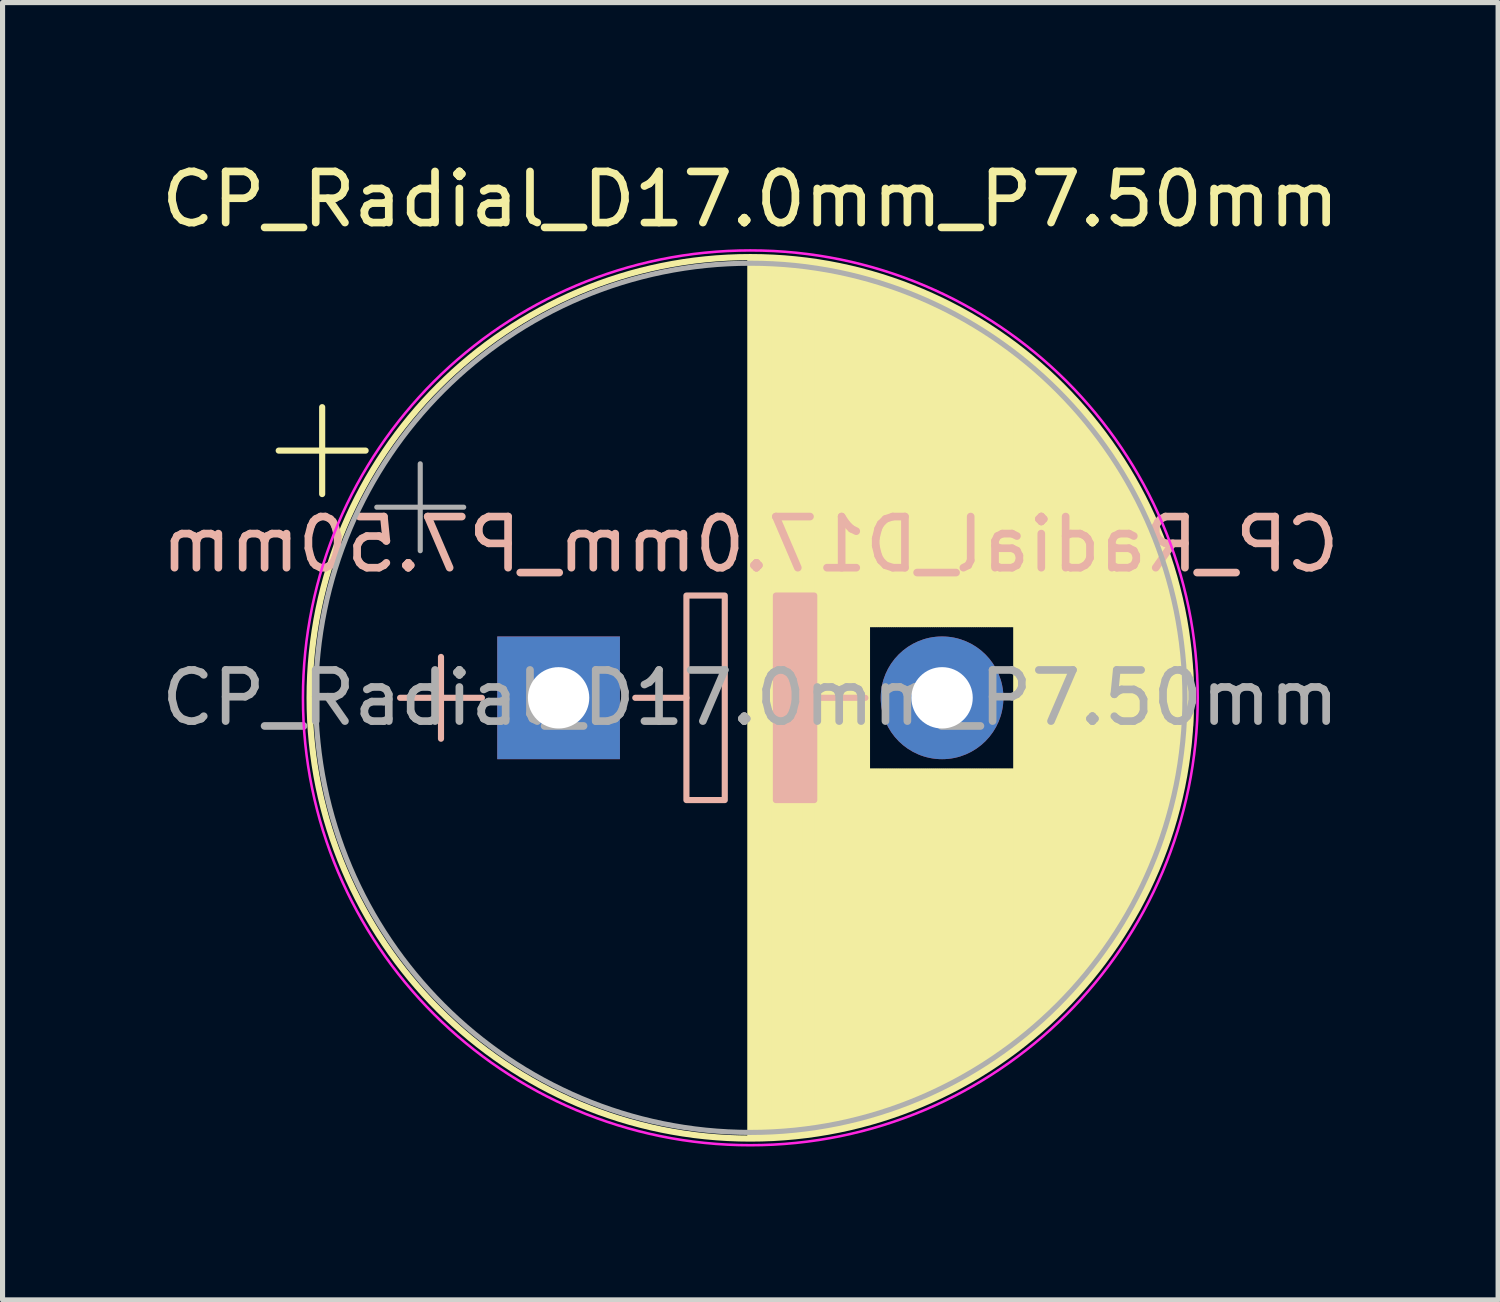
<source format=kicad_pcb>
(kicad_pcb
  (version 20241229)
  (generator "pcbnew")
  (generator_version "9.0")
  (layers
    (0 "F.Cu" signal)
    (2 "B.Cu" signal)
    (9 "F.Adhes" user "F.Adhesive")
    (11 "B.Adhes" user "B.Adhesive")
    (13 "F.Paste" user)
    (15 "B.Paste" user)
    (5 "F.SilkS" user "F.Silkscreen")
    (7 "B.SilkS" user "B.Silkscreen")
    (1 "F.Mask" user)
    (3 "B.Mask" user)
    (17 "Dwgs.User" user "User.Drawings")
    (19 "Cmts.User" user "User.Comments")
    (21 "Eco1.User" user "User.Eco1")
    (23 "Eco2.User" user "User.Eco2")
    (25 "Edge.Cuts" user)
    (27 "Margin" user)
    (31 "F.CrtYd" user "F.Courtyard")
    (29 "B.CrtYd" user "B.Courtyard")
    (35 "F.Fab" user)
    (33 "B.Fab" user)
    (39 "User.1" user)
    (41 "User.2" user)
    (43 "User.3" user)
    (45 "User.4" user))
  (footprint "CP_Radial_D17.0mm_P7.50mm"
    (layer "F.Cu")
    (at 7.875 10.598)
    (property "Reference" "CP_Radial_D17.0mm_P7.50mm" (at 3.75 -9.75 0) (layer "F.SilkS") (effects (font (size 1 1) (thickness 0.15))))
    (fp_line (start -5.474 -4.835) (end -3.774 -4.835) (stroke (width 0.12) (type solid)) (layer "F.SilkS"))
    (fp_line (start -4.624 -5.685) (end -4.624 -3.985) (stroke (width 0.12) (type solid)) (layer "F.SilkS"))
    (fp_line (start 3.75 -8.581) (end 3.75 8.581) (stroke (width 0.12) (type solid)) (layer "F.SilkS"))
    (fp_line (start 3.79 -8.58) (end 3.79 8.58) (stroke (width 0.12) (type solid)) (layer "F.SilkS"))
    (fp_line (start 3.83 -8.58) (end 3.83 8.58) (stroke (width 0.12) (type solid)) (layer "F.SilkS"))
    (fp_line (start 3.87 -8.58) (end 3.87 8.58) (stroke (width 0.12) (type solid)) (layer "F.SilkS"))
    (fp_line (start 3.91 -8.579) (end 3.91 8.579) (stroke (width 0.12) (type solid)) (layer "F.SilkS"))
    (fp_line (start 3.95 -8.578) (end 3.95 8.578) (stroke (width 0.12) (type solid)) (layer "F.SilkS"))
    (fp_line (start 3.99 -8.577) (end 3.99 8.577) (stroke (width 0.12) (type solid)) (layer "F.SilkS"))
    (fp_line (start 4.03 -8.576) (end 4.03 8.576) (stroke (width 0.12) (type solid)) (layer "F.SilkS"))
    (fp_line (start 4.07 -8.575) (end 4.07 8.575) (stroke (width 0.12) (type solid)) (layer "F.SilkS"))
    (fp_line (start 4.11 -8.573) (end 4.11 8.573) (stroke (width 0.12) (type solid)) (layer "F.SilkS"))
    (fp_line (start 4.15 -8.571) (end 4.15 8.571) (stroke (width 0.12) (type solid)) (layer "F.SilkS"))
    (fp_line (start 4.19 -8.569) (end 4.19 8.569) (stroke (width 0.12) (type solid)) (layer "F.SilkS"))
    (fp_line (start 4.23 -8.567) (end 4.23 8.567) (stroke (width 0.12) (type solid)) (layer "F.SilkS"))
    (fp_line (start 4.27 -8.565) (end 4.27 8.565) (stroke (width 0.12) (type solid)) (layer "F.SilkS"))
    (fp_line (start 4.31 -8.562) (end 4.31 8.562) (stroke (width 0.12) (type solid)) (layer "F.SilkS"))
    (fp_line (start 4.35 -8.56) (end 4.35 8.56) (stroke (width 0.12) (type solid)) (layer "F.SilkS"))
    (fp_line (start 4.39 -8.557) (end 4.39 8.557) (stroke (width 0.12) (type solid)) (layer "F.SilkS"))
    (fp_line (start 4.43 -8.554) (end 4.43 8.554) (stroke (width 0.12) (type solid)) (layer "F.SilkS"))
    (fp_line (start 4.471 -8.55) (end 4.471 8.55) (stroke (width 0.12) (type solid)) (layer "F.SilkS"))
    (fp_line (start 4.511 -8.547) (end 4.511 8.547) (stroke (width 0.12) (type solid)) (layer "F.SilkS"))
    (fp_line (start 4.551 -8.543) (end 4.551 8.543) (stroke (width 0.12) (type solid)) (layer "F.SilkS"))
    (fp_line (start 4.591 -8.539) (end 4.591 8.539) (stroke (width 0.12) (type solid)) (layer "F.SilkS"))
    (fp_line (start 4.631 -8.535) (end 4.631 8.535) (stroke (width 0.12) (type solid)) (layer "F.SilkS"))
    (fp_line (start 4.671 -8.531) (end 4.671 8.531) (stroke (width 0.12) (type solid)) (layer "F.SilkS"))
    (fp_line (start 4.711 -8.527) (end 4.711 8.527) (stroke (width 0.12) (type solid)) (layer "F.SilkS"))
    (fp_line (start 4.751 -8.522) (end 4.751 8.522) (stroke (width 0.12) (type solid)) (layer "F.SilkS"))
    (fp_line (start 4.791 -8.518) (end 4.791 8.518) (stroke (width 0.12) (type solid)) (layer "F.SilkS"))
    (fp_line (start 4.831 -8.513) (end 4.831 8.513) (stroke (width 0.12) (type solid)) (layer "F.SilkS"))
    (fp_line (start 4.871 -8.507) (end 4.871 8.507) (stroke (width 0.12) (type solid)) (layer "F.SilkS"))
    (fp_line (start 4.911 -8.502) (end 4.911 8.502) (stroke (width 0.12) (type solid)) (layer "F.SilkS"))
    (fp_line (start 4.951 -8.497) (end 4.951 8.497) (stroke (width 0.12) (type solid)) (layer "F.SilkS"))
    (fp_line (start 4.991 -8.491) (end 4.991 8.491) (stroke (width 0.12) (type solid)) (layer "F.SilkS"))
    (fp_line (start 5.031 -8.485) (end 5.031 8.485) (stroke (width 0.12) (type solid)) (layer "F.SilkS"))
    (fp_line (start 5.071 -8.479) (end 5.071 8.479) (stroke (width 0.12) (type solid)) (layer "F.SilkS"))
    (fp_line (start 5.111 -8.473) (end 5.111 8.473) (stroke (width 0.12) (type solid)) (layer "F.SilkS"))
    (fp_line (start 5.151 -8.466) (end 5.151 8.466) (stroke (width 0.12) (type solid)) (layer "F.SilkS"))
    (fp_line (start 5.191 -8.459) (end 5.191 8.459) (stroke (width 0.12) (type solid)) (layer "F.SilkS"))
    (fp_line (start 5.231 -8.452) (end 5.231 8.452) (stroke (width 0.12) (type solid)) (layer "F.SilkS"))
    (fp_line (start 5.271 -8.445) (end 5.271 8.445) (stroke (width 0.12) (type solid)) (layer "F.SilkS"))
    (fp_line (start 5.311 -8.438) (end 5.311 8.438) (stroke (width 0.12) (type solid)) (layer "F.SilkS"))
    (fp_line (start 5.351 -8.431) (end 5.351 8.431) (stroke (width 0.12) (type solid)) (layer "F.SilkS"))
    (fp_line (start 5.391 -8.423) (end 5.391 8.423) (stroke (width 0.12) (type solid)) (layer "F.SilkS"))
    (fp_line (start 5.431 -8.415) (end 5.431 8.415) (stroke (width 0.12) (type solid)) (layer "F.SilkS"))
    (fp_line (start 5.471 -8.407) (end 5.471 8.407) (stroke (width 0.12) (type solid)) (layer "F.SilkS"))
    (fp_line (start 5.511 -8.399) (end 5.511 8.399) (stroke (width 0.12) (type solid)) (layer "F.SilkS"))
    (fp_line (start 5.551 -8.39) (end 5.551 8.39) (stroke (width 0.12) (type solid)) (layer "F.SilkS"))
    (fp_line (start 5.591 -8.382) (end 5.591 8.382) (stroke (width 0.12) (type solid)) (layer "F.SilkS"))
    (fp_line (start 5.631 -8.373) (end 5.631 8.373) (stroke (width 0.12) (type solid)) (layer "F.SilkS"))
    (fp_line (start 5.671 -8.364) (end 5.671 8.364) (stroke (width 0.12) (type solid)) (layer "F.SilkS"))
    (fp_line (start 5.711 -8.355) (end 5.711 8.355) (stroke (width 0.12) (type solid)) (layer "F.SilkS"))
    (fp_line (start 5.751 -8.345) (end 5.751 8.345) (stroke (width 0.12) (type solid)) (layer "F.SilkS"))
    (fp_line (start 5.791 -8.336) (end 5.791 8.336) (stroke (width 0.12) (type solid)) (layer "F.SilkS"))
    (fp_line (start 5.831 -8.326) (end 5.831 8.326) (stroke (width 0.12) (type solid)) (layer "F.SilkS"))
    (fp_line (start 5.871 -8.316) (end 5.871 8.316) (stroke (width 0.12) (type solid)) (layer "F.SilkS"))
    (fp_line (start 5.911 -8.305) (end 5.911 8.305) (stroke (width 0.12) (type solid)) (layer "F.SilkS"))
    (fp_line (start 5.951 -8.295) (end 5.951 8.295) (stroke (width 0.12) (type solid)) (layer "F.SilkS"))
    (fp_line (start 5.991 -8.284) (end 5.991 8.284) (stroke (width 0.12) (type solid)) (layer "F.SilkS"))
    (fp_line (start 6.031 -8.274) (end 6.031 8.274) (stroke (width 0.12) (type solid)) (layer "F.SilkS"))
    (fp_line (start 6.071 -8.262) (end 6.071 -1.44) (stroke (width 0.12) (type solid)) (layer "F.SilkS"))
    (fp_line (start 6.071 1.44) (end 6.071 8.262) (stroke (width 0.12) (type solid)) (layer "F.SilkS"))
    (fp_line (start 6.111 -8.251) (end 6.111 -1.44) (stroke (width 0.12) (type solid)) (layer "F.SilkS"))
    (fp_line (start 6.111 1.44) (end 6.111 8.251) (stroke (width 0.12) (type solid)) (layer "F.SilkS"))
    (fp_line (start 6.151 -8.24) (end 6.151 -1.44) (stroke (width 0.12) (type solid)) (layer "F.SilkS"))
    (fp_line (start 6.151 1.44) (end 6.151 8.24) (stroke (width 0.12) (type solid)) (layer "F.SilkS"))
    (fp_line (start 6.191 -8.228) (end 6.191 -1.44) (stroke (width 0.12) (type solid)) (layer "F.SilkS"))
    (fp_line (start 6.191 1.44) (end 6.191 8.228) (stroke (width 0.12) (type solid)) (layer "F.SilkS"))
    (fp_line (start 6.231 -8.216) (end 6.231 -1.44) (stroke (width 0.12) (type solid)) (layer "F.SilkS"))
    (fp_line (start 6.231 1.44) (end 6.231 8.216) (stroke (width 0.12) (type solid)) (layer "F.SilkS"))
    (fp_line (start 6.271 -8.204) (end 6.271 -1.44) (stroke (width 0.12) (type solid)) (layer "F.SilkS"))
    (fp_line (start 6.271 1.44) (end 6.271 8.204) (stroke (width 0.12) (type solid)) (layer "F.SilkS"))
    (fp_line (start 6.311 -8.192) (end 6.311 -1.44) (stroke (width 0.12) (type solid)) (layer "F.SilkS"))
    (fp_line (start 6.311 1.44) (end 6.311 8.192) (stroke (width 0.12) (type solid)) (layer "F.SilkS"))
    (fp_line (start 6.351 -8.179) (end 6.351 -1.44) (stroke (width 0.12) (type solid)) (layer "F.SilkS"))
    (fp_line (start 6.351 1.44) (end 6.351 8.179) (stroke (width 0.12) (type solid)) (layer "F.SilkS"))
    (fp_line (start 6.391 -8.166) (end 6.391 -1.44) (stroke (width 0.12) (type solid)) (layer "F.SilkS"))
    (fp_line (start 6.391 1.44) (end 6.391 8.166) (stroke (width 0.12) (type solid)) (layer "F.SilkS"))
    (fp_line (start 6.431 -8.153) (end 6.431 -1.44) (stroke (width 0.12) (type solid)) (layer "F.SilkS"))
    (fp_line (start 6.431 1.44) (end 6.431 8.153) (stroke (width 0.12) (type solid)) (layer "F.SilkS"))
    (fp_line (start 6.471 -8.14) (end 6.471 -1.44) (stroke (width 0.12) (type solid)) (layer "F.SilkS"))
    (fp_line (start 6.471 1.44) (end 6.471 8.14) (stroke (width 0.12) (type solid)) (layer "F.SilkS"))
    (fp_line (start 6.511 -8.127) (end 6.511 -1.44) (stroke (width 0.12) (type solid)) (layer "F.SilkS"))
    (fp_line (start 6.511 1.44) (end 6.511 8.127) (stroke (width 0.12) (type solid)) (layer "F.SilkS"))
    (fp_line (start 6.551 -8.113) (end 6.551 -1.44) (stroke (width 0.12) (type solid)) (layer "F.SilkS"))
    (fp_line (start 6.551 1.44) (end 6.551 8.113) (stroke (width 0.12) (type solid)) (layer "F.SilkS"))
    (fp_line (start 6.591 -8.099) (end 6.591 -1.44) (stroke (width 0.12) (type solid)) (layer "F.SilkS"))
    (fp_line (start 6.591 1.44) (end 6.591 8.099) (stroke (width 0.12) (type solid)) (layer "F.SilkS"))
    (fp_line (start 6.631 -8.085) (end 6.631 -1.44) (stroke (width 0.12) (type solid)) (layer "F.SilkS"))
    (fp_line (start 6.631 1.44) (end 6.631 8.085) (stroke (width 0.12) (type solid)) (layer "F.SilkS"))
    (fp_line (start 6.671 -8.071) (end 6.671 -1.44) (stroke (width 0.12) (type solid)) (layer "F.SilkS"))
    (fp_line (start 6.671 1.44) (end 6.671 8.071) (stroke (width 0.12) (type solid)) (layer "F.SilkS"))
    (fp_line (start 6.711 -8.056) (end 6.711 -1.44) (stroke (width 0.12) (type solid)) (layer "F.SilkS"))
    (fp_line (start 6.711 1.44) (end 6.711 8.056) (stroke (width 0.12) (type solid)) (layer "F.SilkS"))
    (fp_line (start 6.751 -8.042) (end 6.751 -1.44) (stroke (width 0.12) (type solid)) (layer "F.SilkS"))
    (fp_line (start 6.751 1.44) (end 6.751 8.042) (stroke (width 0.12) (type solid)) (layer "F.SilkS"))
    (fp_line (start 6.791 -8.027) (end 6.791 -1.44) (stroke (width 0.12) (type solid)) (layer "F.SilkS"))
    (fp_line (start 6.791 1.44) (end 6.791 8.027) (stroke (width 0.12) (type solid)) (layer "F.SilkS"))
    (fp_line (start 6.831 -8.011) (end 6.831 -1.44) (stroke (width 0.12) (type solid)) (layer "F.SilkS"))
    (fp_line (start 6.831 1.44) (end 6.831 8.011) (stroke (width 0.12) (type solid)) (layer "F.SilkS"))
    (fp_line (start 6.871 -7.996) (end 6.871 -1.44) (stroke (width 0.12) (type solid)) (layer "F.SilkS"))
    (fp_line (start 6.871 1.44) (end 6.871 7.996) (stroke (width 0.12) (type solid)) (layer "F.SilkS"))
    (fp_line (start 6.911 -7.98) (end 6.911 -1.44) (stroke (width 0.12) (type solid)) (layer "F.SilkS"))
    (fp_line (start 6.911 1.44) (end 6.911 7.98) (stroke (width 0.12) (type solid)) (layer "F.SilkS"))
    (fp_line (start 6.951 -7.965) (end 6.951 -1.44) (stroke (width 0.12) (type solid)) (layer "F.SilkS"))
    (fp_line (start 6.951 1.44) (end 6.951 7.965) (stroke (width 0.12) (type solid)) (layer "F.SilkS"))
    (fp_line (start 6.991 -7.948) (end 6.991 -1.44) (stroke (width 0.12) (type solid)) (layer "F.SilkS"))
    (fp_line (start 6.991 1.44) (end 6.991 7.948) (stroke (width 0.12) (type solid)) (layer "F.SilkS"))
    (fp_line (start 7.031 -7.932) (end 7.031 -1.44) (stroke (width 0.12) (type solid)) (layer "F.SilkS"))
    (fp_line (start 7.031 1.44) (end 7.031 7.932) (stroke (width 0.12) (type solid)) (layer "F.SilkS"))
    (fp_line (start 7.071 -7.915) (end 7.071 -1.44) (stroke (width 0.12) (type solid)) (layer "F.SilkS"))
    (fp_line (start 7.071 1.44) (end 7.071 7.915) (stroke (width 0.12) (type solid)) (layer "F.SilkS"))
    (fp_line (start 7.111 -7.899) (end 7.111 -1.44) (stroke (width 0.12) (type solid)) (layer "F.SilkS"))
    (fp_line (start 7.111 1.44) (end 7.111 7.899) (stroke (width 0.12) (type solid)) (layer "F.SilkS"))
    (fp_line (start 7.151 -7.882) (end 7.151 -1.44) (stroke (width 0.12) (type solid)) (layer "F.SilkS"))
    (fp_line (start 7.151 1.44) (end 7.151 7.882) (stroke (width 0.12) (type solid)) (layer "F.SilkS"))
    (fp_line (start 7.191 -7.864) (end 7.191 -1.44) (stroke (width 0.12) (type solid)) (layer "F.SilkS"))
    (fp_line (start 7.191 1.44) (end 7.191 7.864) (stroke (width 0.12) (type solid)) (layer "F.SilkS"))
    (fp_line (start 7.231 -7.847) (end 7.231 -1.44) (stroke (width 0.12) (type solid)) (layer "F.SilkS"))
    (fp_line (start 7.231 1.44) (end 7.231 7.847) (stroke (width 0.12) (type solid)) (layer "F.SilkS"))
    (fp_line (start 7.271 -7.829) (end 7.271 -1.44) (stroke (width 0.12) (type solid)) (layer "F.SilkS"))
    (fp_line (start 7.271 1.44) (end 7.271 7.829) (stroke (width 0.12) (type solid)) (layer "F.SilkS"))
    (fp_line (start 7.311 -7.811) (end 7.311 -1.44) (stroke (width 0.12) (type solid)) (layer "F.SilkS"))
    (fp_line (start 7.311 1.44) (end 7.311 7.811) (stroke (width 0.12) (type solid)) (layer "F.SilkS"))
    (fp_line (start 7.351 -7.793) (end 7.351 -1.44) (stroke (width 0.12) (type solid)) (layer "F.SilkS"))
    (fp_line (start 7.351 1.44) (end 7.351 7.793) (stroke (width 0.12) (type solid)) (layer "F.SilkS"))
    (fp_line (start 7.391 -7.774) (end 7.391 -1.44) (stroke (width 0.12) (type solid)) (layer "F.SilkS"))
    (fp_line (start 7.391 1.44) (end 7.391 7.774) (stroke (width 0.12) (type solid)) (layer "F.SilkS"))
    (fp_line (start 7.431 -7.755) (end 7.431 -1.44) (stroke (width 0.12) (type solid)) (layer "F.SilkS"))
    (fp_line (start 7.431 1.44) (end 7.431 7.755) (stroke (width 0.12) (type solid)) (layer "F.SilkS"))
    (fp_line (start 7.471 -7.736) (end 7.471 -1.44) (stroke (width 0.12) (type solid)) (layer "F.SilkS"))
    (fp_line (start 7.471 1.44) (end 7.471 7.736) (stroke (width 0.12) (type solid)) (layer "F.SilkS"))
    (fp_line (start 7.511 -7.717) (end 7.511 -1.44) (stroke (width 0.12) (type solid)) (layer "F.SilkS"))
    (fp_line (start 7.511 1.44) (end 7.511 7.717) (stroke (width 0.12) (type solid)) (layer "F.SilkS"))
    (fp_line (start 7.551 -7.698) (end 7.551 -1.44) (stroke (width 0.12) (type solid)) (layer "F.SilkS"))
    (fp_line (start 7.551 1.44) (end 7.551 7.698) (stroke (width 0.12) (type solid)) (layer "F.SilkS"))
    (fp_line (start 7.591 -7.678) (end 7.591 -1.44) (stroke (width 0.12) (type solid)) (layer "F.SilkS"))
    (fp_line (start 7.591 1.44) (end 7.591 7.678) (stroke (width 0.12) (type solid)) (layer "F.SilkS"))
    (fp_line (start 7.631 -7.658) (end 7.631 -1.44) (stroke (width 0.12) (type solid)) (layer "F.SilkS"))
    (fp_line (start 7.631 1.44) (end 7.631 7.658) (stroke (width 0.12) (type solid)) (layer "F.SilkS"))
    (fp_line (start 7.671 -7.638) (end 7.671 -1.44) (stroke (width 0.12) (type solid)) (layer "F.SilkS"))
    (fp_line (start 7.671 1.44) (end 7.671 7.638) (stroke (width 0.12) (type solid)) (layer "F.SilkS"))
    (fp_line (start 7.711 -7.617) (end 7.711 -1.44) (stroke (width 0.12) (type solid)) (layer "F.SilkS"))
    (fp_line (start 7.711 1.44) (end 7.711 7.617) (stroke (width 0.12) (type solid)) (layer "F.SilkS"))
    (fp_line (start 7.751 -7.596) (end 7.751 -1.44) (stroke (width 0.12) (type solid)) (layer "F.SilkS"))
    (fp_line (start 7.751 1.44) (end 7.751 7.596) (stroke (width 0.12) (type solid)) (layer "F.SilkS"))
    (fp_line (start 7.791 -7.575) (end 7.791 -1.44) (stroke (width 0.12) (type solid)) (layer "F.SilkS"))
    (fp_line (start 7.791 1.44) (end 7.791 7.575) (stroke (width 0.12) (type solid)) (layer "F.SilkS"))
    (fp_line (start 7.831 -7.554) (end 7.831 -1.44) (stroke (width 0.12) (type solid)) (layer "F.SilkS"))
    (fp_line (start 7.831 1.44) (end 7.831 7.554) (stroke (width 0.12) (type solid)) (layer "F.SilkS"))
    (fp_line (start 7.871 -7.532) (end 7.871 -1.44) (stroke (width 0.12) (type solid)) (layer "F.SilkS"))
    (fp_line (start 7.871 1.44) (end 7.871 7.532) (stroke (width 0.12) (type solid)) (layer "F.SilkS"))
    (fp_line (start 7.911 -7.51) (end 7.911 -1.44) (stroke (width 0.12) (type solid)) (layer "F.SilkS"))
    (fp_line (start 7.911 1.44) (end 7.911 7.51) (stroke (width 0.12) (type solid)) (layer "F.SilkS"))
    (fp_line (start 7.951 -7.488) (end 7.951 -1.44) (stroke (width 0.12) (type solid)) (layer "F.SilkS"))
    (fp_line (start 7.951 1.44) (end 7.951 7.488) (stroke (width 0.12) (type solid)) (layer "F.SilkS"))
    (fp_line (start 7.991 -7.466) (end 7.991 -1.44) (stroke (width 0.12) (type solid)) (layer "F.SilkS"))
    (fp_line (start 7.991 1.44) (end 7.991 7.466) (stroke (width 0.12) (type solid)) (layer "F.SilkS"))
    (fp_line (start 8.031 -7.443) (end 8.031 -1.44) (stroke (width 0.12) (type solid)) (layer "F.SilkS"))
    (fp_line (start 8.031 1.44) (end 8.031 7.443) (stroke (width 0.12) (type solid)) (layer "F.SilkS"))
    (fp_line (start 8.071 -7.42) (end 8.071 -1.44) (stroke (width 0.12) (type solid)) (layer "F.SilkS"))
    (fp_line (start 8.071 1.44) (end 8.071 7.42) (stroke (width 0.12) (type solid)) (layer "F.SilkS"))
    (fp_line (start 8.111 -7.397) (end 8.111 -1.44) (stroke (width 0.12) (type solid)) (layer "F.SilkS"))
    (fp_line (start 8.111 1.44) (end 8.111 7.397) (stroke (width 0.12) (type solid)) (layer "F.SilkS"))
    (fp_line (start 8.151 -7.373) (end 8.151 -1.44) (stroke (width 0.12) (type solid)) (layer "F.SilkS"))
    (fp_line (start 8.151 1.44) (end 8.151 7.373) (stroke (width 0.12) (type solid)) (layer "F.SilkS"))
    (fp_line (start 8.191 -7.349) (end 8.191 -1.44) (stroke (width 0.12) (type solid)) (layer "F.SilkS"))
    (fp_line (start 8.191 1.44) (end 8.191 7.349) (stroke (width 0.12) (type solid)) (layer "F.SilkS"))
    (fp_line (start 8.231 -7.325) (end 8.231 -1.44) (stroke (width 0.12) (type solid)) (layer "F.SilkS"))
    (fp_line (start 8.231 1.44) (end 8.231 7.325) (stroke (width 0.12) (type solid)) (layer "F.SilkS"))
    (fp_line (start 8.271 -7.3) (end 8.271 -1.44) (stroke (width 0.12) (type solid)) (layer "F.SilkS"))
    (fp_line (start 8.271 1.44) (end 8.271 7.3) (stroke (width 0.12) (type solid)) (layer "F.SilkS"))
    (fp_line (start 8.311 -7.276) (end 8.311 -1.44) (stroke (width 0.12) (type solid)) (layer "F.SilkS"))
    (fp_line (start 8.311 1.44) (end 8.311 7.276) (stroke (width 0.12) (type solid)) (layer "F.SilkS"))
    (fp_line (start 8.351 -7.251) (end 8.351 -1.44) (stroke (width 0.12) (type solid)) (layer "F.SilkS"))
    (fp_line (start 8.351 1.44) (end 8.351 7.251) (stroke (width 0.12) (type solid)) (layer "F.SilkS"))
    (fp_line (start 8.391 -7.225) (end 8.391 -1.44) (stroke (width 0.12) (type solid)) (layer "F.SilkS"))
    (fp_line (start 8.391 1.44) (end 8.391 7.225) (stroke (width 0.12) (type solid)) (layer "F.SilkS"))
    (fp_line (start 8.431 -7.199) (end 8.431 -1.44) (stroke (width 0.12) (type solid)) (layer "F.SilkS"))
    (fp_line (start 8.431 1.44) (end 8.431 7.199) (stroke (width 0.12) (type solid)) (layer "F.SilkS"))
    (fp_line (start 8.471 -7.173) (end 8.471 -1.44) (stroke (width 0.12) (type solid)) (layer "F.SilkS"))
    (fp_line (start 8.471 1.44) (end 8.471 7.173) (stroke (width 0.12) (type solid)) (layer "F.SilkS"))
    (fp_line (start 8.511 -7.147) (end 8.511 -1.44) (stroke (width 0.12) (type solid)) (layer "F.SilkS"))
    (fp_line (start 8.511 1.44) (end 8.511 7.147) (stroke (width 0.12) (type solid)) (layer "F.SilkS"))
    (fp_line (start 8.551 -7.12) (end 8.551 -1.44) (stroke (width 0.12) (type solid)) (layer "F.SilkS"))
    (fp_line (start 8.551 1.44) (end 8.551 7.12) (stroke (width 0.12) (type solid)) (layer "F.SilkS"))
    (fp_line (start 8.591 -7.093) (end 8.591 -1.44) (stroke (width 0.12) (type solid)) (layer "F.SilkS"))
    (fp_line (start 8.591 1.44) (end 8.591 7.093) (stroke (width 0.12) (type solid)) (layer "F.SilkS"))
    (fp_line (start 8.631 -7.066) (end 8.631 -1.44) (stroke (width 0.12) (type solid)) (layer "F.SilkS"))
    (fp_line (start 8.631 1.44) (end 8.631 7.066) (stroke (width 0.12) (type solid)) (layer "F.SilkS"))
    (fp_line (start 8.671 -7.038) (end 8.671 -1.44) (stroke (width 0.12) (type solid)) (layer "F.SilkS"))
    (fp_line (start 8.671 1.44) (end 8.671 7.038) (stroke (width 0.12) (type solid)) (layer "F.SilkS"))
    (fp_line (start 8.711 -7.011) (end 8.711 -1.44) (stroke (width 0.12) (type solid)) (layer "F.SilkS"))
    (fp_line (start 8.711 1.44) (end 8.711 7.011) (stroke (width 0.12) (type solid)) (layer "F.SilkS"))
    (fp_line (start 8.751 -6.982) (end 8.751 -1.44) (stroke (width 0.12) (type solid)) (layer "F.SilkS"))
    (fp_line (start 8.751 1.44) (end 8.751 6.982) (stroke (width 0.12) (type solid)) (layer "F.SilkS"))
    (fp_line (start 8.791 -6.954) (end 8.791 -1.44) (stroke (width 0.12) (type solid)) (layer "F.SilkS"))
    (fp_line (start 8.791 1.44) (end 8.791 6.954) (stroke (width 0.12) (type solid)) (layer "F.SilkS"))
    (fp_line (start 8.831 -6.925) (end 8.831 -1.44) (stroke (width 0.12) (type solid)) (layer "F.SilkS"))
    (fp_line (start 8.831 1.44) (end 8.831 6.925) (stroke (width 0.12) (type solid)) (layer "F.SilkS"))
    (fp_line (start 8.871 -6.895) (end 8.871 -1.44) (stroke (width 0.12) (type solid)) (layer "F.SilkS"))
    (fp_line (start 8.871 1.44) (end 8.871 6.895) (stroke (width 0.12) (type solid)) (layer "F.SilkS"))
    (fp_line (start 8.911 -6.865) (end 8.911 -1.44) (stroke (width 0.12) (type solid)) (layer "F.SilkS"))
    (fp_line (start 8.911 1.44) (end 8.911 6.865) (stroke (width 0.12) (type solid)) (layer "F.SilkS"))
    (fp_line (start 8.951 -6.835) (end 8.951 6.835) (stroke (width 0.12) (type solid)) (layer "F.SilkS"))
    (fp_line (start 8.991 -6.805) (end 8.991 6.805) (stroke (width 0.12) (type solid)) (layer "F.SilkS"))
    (fp_line (start 9.031 -6.774) (end 9.031 6.774) (stroke (width 0.12) (type solid)) (layer "F.SilkS"))
    (fp_line (start 9.071 -6.743) (end 9.071 6.743) (stroke (width 0.12) (type solid)) (layer "F.SilkS"))
    (fp_line (start 9.111 -6.711) (end 9.111 6.711) (stroke (width 0.12) (type solid)) (layer "F.SilkS"))
    (fp_line (start 9.151 -6.679) (end 9.151 6.679) (stroke (width 0.12) (type solid)) (layer "F.SilkS"))
    (fp_line (start 9.191 -6.647) (end 9.191 6.647) (stroke (width 0.12) (type solid)) (layer "F.SilkS"))
    (fp_line (start 9.231 -6.614) (end 9.231 6.614) (stroke (width 0.12) (type solid)) (layer "F.SilkS"))
    (fp_line (start 9.271 -6.581) (end 9.271 6.581) (stroke (width 0.12) (type solid)) (layer "F.SilkS"))
    (fp_line (start 9.311 -6.548) (end 9.311 6.548) (stroke (width 0.12) (type solid)) (layer "F.SilkS"))
    (fp_line (start 9.351 -6.514) (end 9.351 6.514) (stroke (width 0.12) (type solid)) (layer "F.SilkS"))
    (fp_line (start 9.391 -6.479) (end 9.391 6.479) (stroke (width 0.12) (type solid)) (layer "F.SilkS"))
    (fp_line (start 9.431 -6.444) (end 9.431 6.444) (stroke (width 0.12) (type solid)) (layer "F.SilkS"))
    (fp_line (start 9.471 -6.409) (end 9.471 6.409) (stroke (width 0.12) (type solid)) (layer "F.SilkS"))
    (fp_line (start 9.511 -6.374) (end 9.511 6.374) (stroke (width 0.12) (type solid)) (layer "F.SilkS"))
    (fp_line (start 9.551 -6.337) (end 9.551 6.337) (stroke (width 0.12) (type solid)) (layer "F.SilkS"))
    (fp_line (start 9.591 -6.301) (end 9.591 6.301) (stroke (width 0.12) (type solid)) (layer "F.SilkS"))
    (fp_line (start 9.631 -6.264) (end 9.631 6.264) (stroke (width 0.12) (type solid)) (layer "F.SilkS"))
    (fp_line (start 9.671 -6.226) (end 9.671 6.226) (stroke (width 0.12) (type solid)) (layer "F.SilkS"))
    (fp_line (start 9.711 -6.188) (end 9.711 6.188) (stroke (width 0.12) (type solid)) (layer "F.SilkS"))
    (fp_line (start 9.751 -6.15) (end 9.751 6.15) (stroke (width 0.12) (type solid)) (layer "F.SilkS"))
    (fp_line (start 9.791 -6.111) (end 9.791 6.111) (stroke (width 0.12) (type solid)) (layer "F.SilkS"))
    (fp_line (start 9.831 -6.071) (end 9.831 6.071) (stroke (width 0.12) (type solid)) (layer "F.SilkS"))
    (fp_line (start 9.871 -6.031) (end 9.871 6.031) (stroke (width 0.12) (type solid)) (layer "F.SilkS"))
    (fp_line (start 9.911 -5.99) (end 9.911 5.99) (stroke (width 0.12) (type solid)) (layer "F.SilkS"))
    (fp_line (start 9.951 -5.949) (end 9.951 5.949) (stroke (width 0.12) (type solid)) (layer "F.SilkS"))
    (fp_line (start 9.991 -5.907) (end 9.991 5.907) (stroke (width 0.12) (type solid)) (layer "F.SilkS"))
    (fp_line (start 10.031 -5.865) (end 10.031 5.865) (stroke (width 0.12) (type solid)) (layer "F.SilkS"))
    (fp_line (start 10.071 -5.822) (end 10.071 5.822) (stroke (width 0.12) (type solid)) (layer "F.SilkS"))
    (fp_line (start 10.111 -5.779) (end 10.111 5.779) (stroke (width 0.12) (type solid)) (layer "F.SilkS"))
    (fp_line (start 10.151 -5.735) (end 10.151 5.735) (stroke (width 0.12) (type solid)) (layer "F.SilkS"))
    (fp_line (start 10.191 -5.69) (end 10.191 5.69) (stroke (width 0.12) (type solid)) (layer "F.SilkS"))
    (fp_line (start 10.231 -5.645) (end 10.231 5.645) (stroke (width 0.12) (type solid)) (layer "F.SilkS"))
    (fp_line (start 10.271 -5.599) (end 10.271 5.599) (stroke (width 0.12) (type solid)) (layer "F.SilkS"))
    (fp_line (start 10.311 -5.553) (end 10.311 5.553) (stroke (width 0.12) (type solid)) (layer "F.SilkS"))
    (fp_line (start 10.351 -5.505) (end 10.351 5.505) (stroke (width 0.12) (type solid)) (layer "F.SilkS"))
    (fp_line (start 10.391 -5.457) (end 10.391 5.457) (stroke (width 0.12) (type solid)) (layer "F.SilkS"))
    (fp_line (start 10.431 -5.409) (end 10.431 5.409) (stroke (width 0.12) (type solid)) (layer "F.SilkS"))
    (fp_line (start 10.471 -5.359) (end 10.471 5.359) (stroke (width 0.12) (type solid)) (layer "F.SilkS"))
    (fp_line (start 10.511 -5.309) (end 10.511 5.309) (stroke (width 0.12) (type solid)) (layer "F.SilkS"))
    (fp_line (start 10.551 -5.258) (end 10.551 5.258) (stroke (width 0.12) (type solid)) (layer "F.SilkS"))
    (fp_line (start 10.591 -5.206) (end 10.591 5.206) (stroke (width 0.12) (type solid)) (layer "F.SilkS"))
    (fp_line (start 10.631 -5.154) (end 10.631 5.154) (stroke (width 0.12) (type solid)) (layer "F.SilkS"))
    (fp_line (start 10.671 -5.1) (end 10.671 5.1) (stroke (width 0.12) (type solid)) (layer "F.SilkS"))
    (fp_line (start 10.711 -5.046) (end 10.711 5.046) (stroke (width 0.12) (type solid)) (layer "F.SilkS"))
    (fp_line (start 10.751 -4.991) (end 10.751 4.991) (stroke (width 0.12) (type solid)) (layer "F.SilkS"))
    (fp_line (start 10.791 -4.935) (end 10.791 4.935) (stroke (width 0.12) (type solid)) (layer "F.SilkS"))
    (fp_line (start 10.831 -4.878) (end 10.831 4.878) (stroke (width 0.12) (type solid)) (layer "F.SilkS"))
    (fp_line (start 10.871 -4.82) (end 10.871 4.82) (stroke (width 0.12) (type solid)) (layer "F.SilkS"))
    (fp_line (start 10.911 -4.76) (end 10.911 4.76) (stroke (width 0.12) (type solid)) (layer "F.SilkS"))
    (fp_line (start 10.951 -4.7) (end 10.951 4.7) (stroke (width 0.12) (type solid)) (layer "F.SilkS"))
    (fp_line (start 10.991 -4.639) (end 10.991 4.639) (stroke (width 0.12) (type solid)) (layer "F.SilkS"))
    (fp_line (start 11.031 -4.576) (end 11.031 4.576) (stroke (width 0.12) (type solid)) (layer "F.SilkS"))
    (fp_line (start 11.071 -4.513) (end 11.071 4.513) (stroke (width 0.12) (type solid)) (layer "F.SilkS"))
    (fp_line (start 11.111 -4.448) (end 11.111 4.448) (stroke (width 0.12) (type solid)) (layer "F.SilkS"))
    (fp_line (start 11.151 -4.381) (end 11.151 4.381) (stroke (width 0.12) (type solid)) (layer "F.SilkS"))
    (fp_line (start 11.191 -4.314) (end 11.191 4.314) (stroke (width 0.12) (type solid)) (layer "F.SilkS"))
    (fp_line (start 11.231 -4.245) (end 11.231 4.245) (stroke (width 0.12) (type solid)) (layer "F.SilkS"))
    (fp_line (start 11.271 -4.174) (end 11.271 4.174) (stroke (width 0.12) (type solid)) (layer "F.SilkS"))
    (fp_line (start 11.311 -4.102) (end 11.311 4.102) (stroke (width 0.12) (type solid)) (layer "F.SilkS"))
    (fp_line (start 11.351 -4.028) (end 11.351 4.028) (stroke (width 0.12) (type solid)) (layer "F.SilkS"))
    (fp_line (start 11.391 -3.952) (end 11.391 3.952) (stroke (width 0.12) (type solid)) (layer "F.SilkS"))
    (fp_line (start 11.431 -3.875) (end 11.431 3.875) (stroke (width 0.12) (type solid)) (layer "F.SilkS"))
    (fp_line (start 11.471 -3.795) (end 11.471 3.795) (stroke (width 0.12) (type solid)) (layer "F.SilkS"))
    (fp_line (start 11.511 -3.714) (end 11.511 3.714) (stroke (width 0.12) (type solid)) (layer "F.SilkS"))
    (fp_line (start 11.551 -3.63) (end 11.551 3.63) (stroke (width 0.12) (type solid)) (layer "F.SilkS"))
    (fp_line (start 11.591 -3.544) (end 11.591 3.544) (stroke (width 0.12) (type solid)) (layer "F.SilkS"))
    (fp_line (start 11.631 -3.455) (end 11.631 3.455) (stroke (width 0.12) (type solid)) (layer "F.SilkS"))
    (fp_line (start 11.671 -3.363) (end 11.671 3.363) (stroke (width 0.12) (type solid)) (layer "F.SilkS"))
    (fp_line (start 11.711 -3.268) (end 11.711 3.268) (stroke (width 0.12) (type solid)) (layer "F.SilkS"))
    (fp_line (start 11.751 -3.171) (end 11.751 3.171) (stroke (width 0.12) (type solid)) (layer "F.SilkS"))
    (fp_line (start 11.791 -3.069) (end 11.791 3.069) (stroke (width 0.12) (type solid)) (layer "F.SilkS"))
    (fp_line (start 11.831 -2.963) (end 11.831 2.963) (stroke (width 0.12) (type solid)) (layer "F.SilkS"))
    (fp_line (start 11.871 -2.854) (end 11.871 2.854) (stroke (width 0.12) (type solid)) (layer "F.SilkS"))
    (fp_line (start 11.911 -2.739) (end 11.911 2.739) (stroke (width 0.12) (type solid)) (layer "F.SilkS"))
    (fp_line (start 11.95 -2.618) (end 11.95 2.618) (stroke (width 0.12) (type solid)) (layer "F.SilkS"))
    (fp_line (start 11.99 -2.492) (end 11.99 2.492) (stroke (width 0.12) (type solid)) (layer "F.SilkS"))
    (fp_line (start 12.03 -2.358) (end 12.03 2.358) (stroke (width 0.12) (type solid)) (layer "F.SilkS"))
    (fp_line (start 12.07 -2.215) (end 12.07 2.215) (stroke (width 0.12) (type solid)) (layer "F.SilkS"))
    (fp_line (start 12.11 -2.062) (end 12.11 2.062) (stroke (width 0.12) (type solid)) (layer "F.SilkS"))
    (fp_line (start 12.15 -1.896) (end 12.15 1.896) (stroke (width 0.12) (type solid)) (layer "F.SilkS"))
    (fp_line (start 12.19 -1.713) (end 12.19 1.713) (stroke (width 0.12) (type solid)) (layer "F.SilkS"))
    (fp_line (start 12.23 -1.508) (end 12.23 1.508) (stroke (width 0.12) (type solid)) (layer "F.SilkS"))
    (fp_line (start 12.27 -1.27) (end 12.27 1.27) (stroke (width 0.12) (type solid)) (layer "F.SilkS"))
    (fp_line (start 12.31 -0.976) (end 12.31 0.976) (stroke (width 0.12) (type solid)) (layer "F.SilkS"))
    (fp_line (start 12.35 -0.547) (end 12.35 0.547) (stroke (width 0.12) (type solid)) (layer "F.SilkS"))
    (fp_circle (center 3.75 0) (end 12.37 0) (stroke (width 0.12) (type solid)) (fill no) (layer "F.SilkS"))
    (fp_line (start -2.3 -0.8) (end -2.3 0.8) (stroke (width 0.12) (type solid)) (layer "B.SilkS"))
    (fp_line (start -1.5 0) (end -3.1 0) (stroke (width 0.12) (type solid)) (layer "B.SilkS"))
    (fp_line (start 2.5 0) (end 1.5 0) (stroke (width 0.12) (type solid)) (layer "B.SilkS"))
    (fp_line (start 6 0) (end 5 0) (stroke (width 0.12) (type solid)) (layer "B.SilkS"))
    (fp_rect (start 2.5 -2) (end 3.25 2) (stroke (width 0.12) (type solid)) (fill no) (layer "B.SilkS"))
    (fp_rect (start 4.25 -2) (end 5 2) (stroke (width 0.12) (type solid)) (fill yes) (layer "B.SilkS"))
    (fp_circle (center 3.75 0) (end 12.5 0) (stroke (width 0.05) (type solid)) (fill no) (layer "F.CrtYd"))
    (fp_line (start -3.556 -3.728) (end -1.856 -3.728) (stroke (width 0.1) (type solid)) (layer "F.Fab"))
    (fp_line (start -2.706 -4.577) (end -2.706 -2.877) (stroke (width 0.1) (type solid)) (layer "F.Fab"))
    (fp_circle (center 3.75 0) (end 12.25 0) (stroke (width 0.1) (type solid)) (fill no) (layer "F.Fab"))
    (fp_text user "${REFERENCE}" (at 3.75 -3 0) (layer "B.SilkS") (effects (font (size 1 1) (thickness 0.15)) (justify mirror)))
    (fp_text user "${REFERENCE}" (at 3.75 0 0) (layer "F.Fab") (effects (font (size 1 1) (thickness 0.15))))
    (pad "1" thru_hole rect (at 0 0) (size 2.4 2.4) (drill 1.2) (layers "*.Cu" "*.Mask"))
    (pad "2" thru_hole circle (at 7.5 0) (size 2.4 2.4) (drill 1.2) (layers "*.Cu" "*.Mask")))
  (gr_rect
    (start -3 -3)
    (end 26.25 22.373)
    (stroke (width 0.1) (type default))
    (fill no)
    (layer "Edge.Cuts")))
</source>
